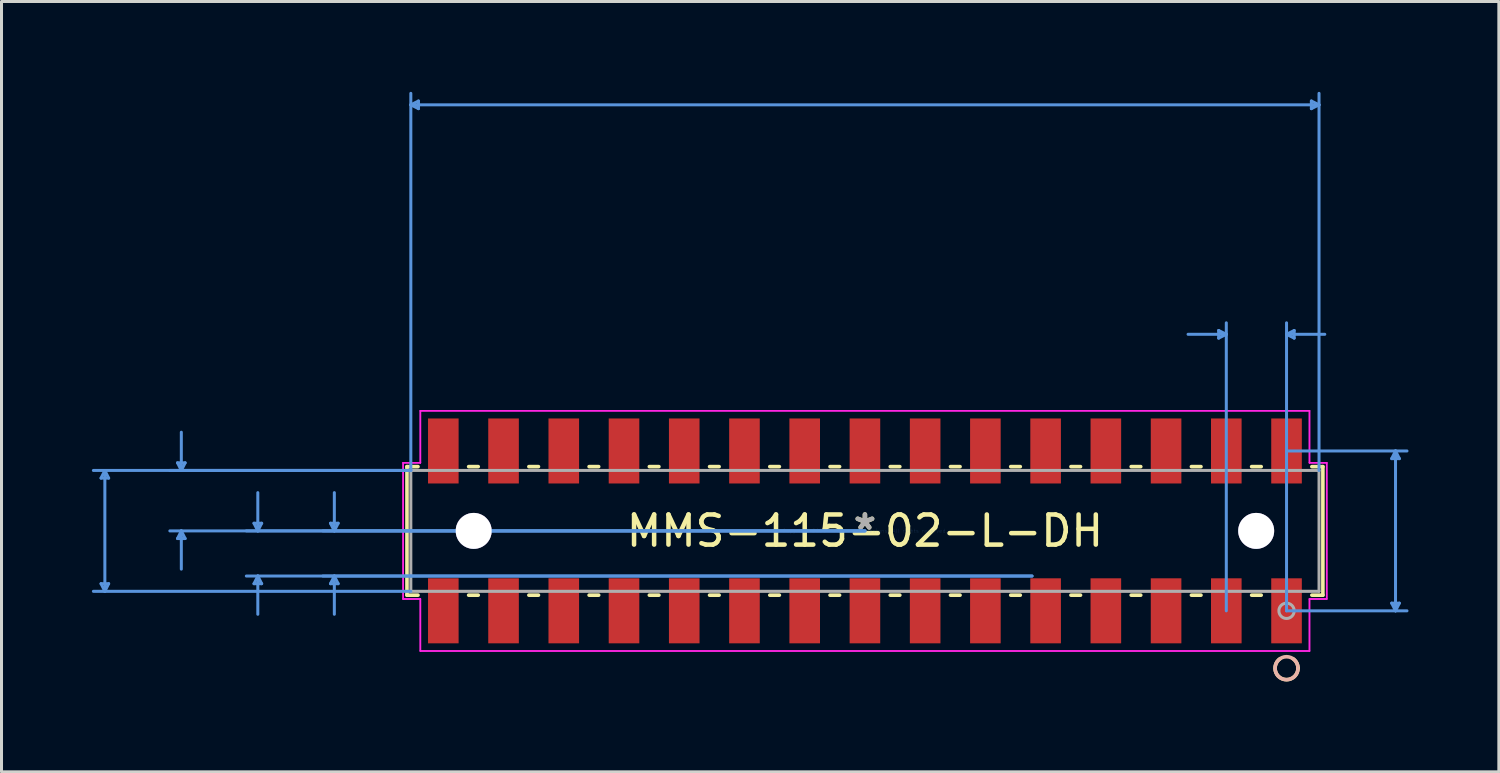
<source format=kicad_pcb>
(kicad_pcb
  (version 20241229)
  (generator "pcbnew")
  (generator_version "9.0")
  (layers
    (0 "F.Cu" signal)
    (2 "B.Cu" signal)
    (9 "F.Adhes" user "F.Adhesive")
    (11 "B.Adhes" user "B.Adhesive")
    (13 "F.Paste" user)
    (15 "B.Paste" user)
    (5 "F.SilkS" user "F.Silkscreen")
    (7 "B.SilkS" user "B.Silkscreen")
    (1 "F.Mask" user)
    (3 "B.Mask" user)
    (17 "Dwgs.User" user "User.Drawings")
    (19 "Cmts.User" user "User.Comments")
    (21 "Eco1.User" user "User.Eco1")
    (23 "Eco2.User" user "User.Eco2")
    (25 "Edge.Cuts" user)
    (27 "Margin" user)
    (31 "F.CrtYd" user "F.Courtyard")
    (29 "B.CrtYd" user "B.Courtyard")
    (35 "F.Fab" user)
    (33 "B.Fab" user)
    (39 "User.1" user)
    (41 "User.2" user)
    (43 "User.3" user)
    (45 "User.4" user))
  (footprint "MMS-115-02-L-DH"
    (layer "F.Cu")
    (at 25.671 14.579)
    (property "Reference" "MMS-115-02-L-DH" (at 0 0 0) (layer "F.SilkS") (effects (font (size 1 1) (thickness 0.15))))
    (attr through_hole)
    (fp_line (start -15.207 -2.134) (end -15.207 2.134) (stroke (width 0.12) (type solid)) (layer "F.SilkS"))
    (fp_line (start -15.207 2.134) (end -14.841 2.134) (stroke (width 0.12) (type solid)) (layer "F.SilkS"))
    (fp_line (start -14.841 -2.134) (end -15.207 -2.134) (stroke (width 0.12) (type solid)) (layer "F.SilkS"))
    (fp_line (start -13.159 2.134) (end -12.841 2.134) (stroke (width 0.12) (type solid)) (layer "F.SilkS"))
    (fp_line (start -12.841 -2.134) (end -13.159 -2.134) (stroke (width 0.12) (type solid)) (layer "F.SilkS"))
    (fp_line (start -11.159 2.134) (end -10.841 2.134) (stroke (width 0.12) (type solid)) (layer "F.SilkS"))
    (fp_line (start -10.841 -2.134) (end -11.159 -2.134) (stroke (width 0.12) (type solid)) (layer "F.SilkS"))
    (fp_line (start -9.159 2.134) (end -8.841 2.134) (stroke (width 0.12) (type solid)) (layer "F.SilkS"))
    (fp_line (start -8.841 -2.134) (end -9.159 -2.134) (stroke (width 0.12) (type solid)) (layer "F.SilkS"))
    (fp_line (start -7.159 2.134) (end -6.841 2.134) (stroke (width 0.12) (type solid)) (layer "F.SilkS"))
    (fp_line (start -6.841 -2.134) (end -7.159 -2.134) (stroke (width 0.12) (type solid)) (layer "F.SilkS"))
    (fp_line (start -5.159 2.134) (end -4.841 2.134) (stroke (width 0.12) (type solid)) (layer "F.SilkS"))
    (fp_line (start -4.841 -2.134) (end -5.159 -2.134) (stroke (width 0.12) (type solid)) (layer "F.SilkS"))
    (fp_line (start -3.159 2.134) (end -2.841 2.134) (stroke (width 0.12) (type solid)) (layer "F.SilkS"))
    (fp_line (start -2.841 -2.134) (end -3.159 -2.134) (stroke (width 0.12) (type solid)) (layer "F.SilkS"))
    (fp_line (start -1.159 2.134) (end -0.841 2.134) (stroke (width 0.12) (type solid)) (layer "F.SilkS"))
    (fp_line (start -0.841 -2.134) (end -1.159 -2.134) (stroke (width 0.12) (type solid)) (layer "F.SilkS"))
    (fp_line (start 0.841 2.134) (end 1.159 2.134) (stroke (width 0.12) (type solid)) (layer "F.SilkS"))
    (fp_line (start 1.159 -2.134) (end 0.841 -2.134) (stroke (width 0.12) (type solid)) (layer "F.SilkS"))
    (fp_line (start 2.841 2.134) (end 3.159 2.134) (stroke (width 0.12) (type solid)) (layer "F.SilkS"))
    (fp_line (start 3.159 -2.134) (end 2.841 -2.134) (stroke (width 0.12) (type solid)) (layer "F.SilkS"))
    (fp_line (start 4.841 2.134) (end 5.159 2.134) (stroke (width 0.12) (type solid)) (layer "F.SilkS"))
    (fp_line (start 5.159 -2.134) (end 4.841 -2.134) (stroke (width 0.12) (type solid)) (layer "F.SilkS"))
    (fp_line (start 6.841 2.134) (end 7.159 2.134) (stroke (width 0.12) (type solid)) (layer "F.SilkS"))
    (fp_line (start 7.159 -2.134) (end 6.841 -2.134) (stroke (width 0.12) (type solid)) (layer "F.SilkS"))
    (fp_line (start 8.841 2.134) (end 9.159 2.134) (stroke (width 0.12) (type solid)) (layer "F.SilkS"))
    (fp_line (start 9.159 -2.134) (end 8.841 -2.134) (stroke (width 0.12) (type solid)) (layer "F.SilkS"))
    (fp_line (start 10.841 2.134) (end 11.159 2.134) (stroke (width 0.12) (type solid)) (layer "F.SilkS"))
    (fp_line (start 11.159 -2.134) (end 10.841 -2.134) (stroke (width 0.12) (type solid)) (layer "F.SilkS"))
    (fp_line (start 12.841 2.134) (end 13.159 2.134) (stroke (width 0.12) (type solid)) (layer "F.SilkS"))
    (fp_line (start 13.159 -2.134) (end 12.841 -2.134) (stroke (width 0.12) (type solid)) (layer "F.SilkS"))
    (fp_line (start 14.841 2.134) (end 15.207 2.134) (stroke (width 0.12) (type solid)) (layer "F.SilkS"))
    (fp_line (start 15.207 -2.134) (end 14.841 -2.134) (stroke (width 0.12) (type solid)) (layer "F.SilkS"))
    (fp_line (start 15.207 2.134) (end 15.207 -2.134) (stroke (width 0.12) (type solid)) (layer "F.SilkS"))
    (fp_arc (start 14.214386 4.24434) (mid 14.336781 4.381143) (end 14.381 4.5593) (stroke (width 0.12) (type solid)) (layer "F.SilkS"))
    (fp_arc (start 14.381 4.5593) (mid 13.821843 4.89608) (end 13.785614 4.24434) (stroke (width 0.12) (type solid)) (layer "F.SilkS"))
    (fp_circle (center 14 4.559) (end 14.381 4.559) (stroke (width 0.12) (type solid)) (fill no) (layer "B.SilkS"))
    (fp_line (start -25.366 -1.753) (end -25.113 -1.753) (stroke (width 0.1) (type solid)) (layer "Cmts.User"))
    (fp_line (start -25.366 1.753) (end -25.113 1.753) (stroke (width 0.1) (type solid)) (layer "Cmts.User"))
    (fp_line (start -25.239 -2.007) (end -25.366 -1.753) (stroke (width 0.1) (type solid)) (layer "Cmts.User"))
    (fp_line (start -25.239 -2.007) (end -25.239 2.007) (stroke (width 0.1) (type solid)) (layer "Cmts.User"))
    (fp_line (start -25.239 -2.007) (end -25.113 -1.753) (stroke (width 0.1) (type solid)) (layer "Cmts.User"))
    (fp_line (start -25.239 2.007) (end -25.366 1.753) (stroke (width 0.1) (type solid)) (layer "Cmts.User"))
    (fp_line (start -25.239 2.007) (end -25.113 1.753) (stroke (width 0.1) (type solid)) (layer "Cmts.User"))
    (fp_line (start -22.826 -2.261) (end -22.573 -2.261) (stroke (width 0.1) (type solid)) (layer "Cmts.User"))
    (fp_line (start -22.826 0.254) (end -22.573 0.254) (stroke (width 0.1) (type solid)) (layer "Cmts.User"))
    (fp_line (start -22.7 -2.007) (end -22.826 -2.261) (stroke (width 0.1) (type solid)) (layer "Cmts.User"))
    (fp_line (start -22.7 -2.007) (end -22.7 -3.277) (stroke (width 0.1) (type solid)) (layer "Cmts.User"))
    (fp_line (start -22.7 -2.007) (end -22.573 -2.261) (stroke (width 0.1) (type solid)) (layer "Cmts.User"))
    (fp_line (start -22.7 0) (end -22.826 0.254) (stroke (width 0.1) (type solid)) (layer "Cmts.User"))
    (fp_line (start -22.7 0) (end -22.7 1.27) (stroke (width 0.1) (type solid)) (layer "Cmts.User"))
    (fp_line (start -22.7 0) (end -22.573 0.254) (stroke (width 0.1) (type solid)) (layer "Cmts.User"))
    (fp_line (start -20.287 -0.254) (end -20.032 -0.254) (stroke (width 0.1) (type solid)) (layer "Cmts.User"))
    (fp_line (start -20.287 1.753) (end -20.032 1.753) (stroke (width 0.1) (type solid)) (layer "Cmts.User"))
    (fp_line (start -20.16 0) (end -20.287 -0.254) (stroke (width 0.1) (type solid)) (layer "Cmts.User"))
    (fp_line (start -20.16 0) (end -20.16 -1.27) (stroke (width 0.1) (type solid)) (layer "Cmts.User"))
    (fp_line (start -20.16 0) (end -20.032 -0.254) (stroke (width 0.1) (type solid)) (layer "Cmts.User"))
    (fp_line (start -20.16 1.499) (end -20.287 1.753) (stroke (width 0.1) (type solid)) (layer "Cmts.User"))
    (fp_line (start -20.16 1.499) (end -20.16 2.769) (stroke (width 0.1) (type solid)) (layer "Cmts.User"))
    (fp_line (start -20.16 1.499) (end -20.032 1.753) (stroke (width 0.1) (type solid)) (layer "Cmts.User"))
    (fp_line (start -17.747 -0.254) (end -17.492 -0.254) (stroke (width 0.1) (type solid)) (layer "Cmts.User"))
    (fp_line (start -17.747 1.753) (end -17.492 1.753) (stroke (width 0.1) (type solid)) (layer "Cmts.User"))
    (fp_line (start -17.619 0) (end -17.747 -0.254) (stroke (width 0.1) (type solid)) (layer "Cmts.User"))
    (fp_line (start -17.619 0) (end -17.619 -1.27) (stroke (width 0.1) (type solid)) (layer "Cmts.User"))
    (fp_line (start -17.619 0) (end -17.492 -0.254) (stroke (width 0.1) (type solid)) (layer "Cmts.User"))
    (fp_line (start -17.619 1.499) (end -17.747 1.753) (stroke (width 0.1) (type solid)) (layer "Cmts.User"))
    (fp_line (start -17.619 1.499) (end -17.619 2.769) (stroke (width 0.1) (type solid)) (layer "Cmts.User"))
    (fp_line (start -17.619 1.499) (end -17.492 1.753) (stroke (width 0.1) (type solid)) (layer "Cmts.User"))
    (fp_line (start -15.079 -14.148) (end -14.825 -14.275) (stroke (width 0.1) (type solid)) (layer "Cmts.User"))
    (fp_line (start -15.079 -14.148) (end -14.825 -14.021) (stroke (width 0.1) (type solid)) (layer "Cmts.User"))
    (fp_line (start -15.079 -14.148) (end 15.079 -14.148) (stroke (width 0.1) (type solid)) (layer "Cmts.User"))
    (fp_line (start -15.079 -2.007) (end -25.62 -2.007) (stroke (width 0.1) (type solid)) (layer "Cmts.User"))
    (fp_line (start -15.079 -2.007) (end -23.081 -2.007) (stroke (width 0.1) (type solid)) (layer "Cmts.User"))
    (fp_line (start -15.079 -2.007) (end -15.079 -14.529) (stroke (width 0.1) (type solid)) (layer "Cmts.User"))
    (fp_line (start -15.079 2.007) (end -25.62 2.007) (stroke (width 0.1) (type solid)) (layer "Cmts.User"))
    (fp_line (start -14.825 -14.275) (end -14.825 -14.021) (stroke (width 0.1) (type solid)) (layer "Cmts.User"))
    (fp_line (start 0 0) (end -23.081 0) (stroke (width 0.1) (type solid)) (layer "Cmts.User"))
    (fp_line (start 0 0) (end -20.541 0) (stroke (width 0.1) (type solid)) (layer "Cmts.User"))
    (fp_line (start 0 0) (end -18 0) (stroke (width 0.1) (type solid)) (layer "Cmts.User"))
    (fp_line (start 5.55 1.499) (end -20.541 1.499) (stroke (width 0.1) (type solid)) (layer "Cmts.User"))
    (fp_line (start 5.55 1.499) (end -18 1.499) (stroke (width 0.1) (type solid)) (layer "Cmts.User"))
    (fp_line (start 11.746 -6.655) (end 11.746 -6.401) (stroke (width 0.1) (type solid)) (layer "Cmts.User"))
    (fp_line (start 12 -6.528) (end 10.73 -6.528) (stroke (width 0.1) (type solid)) (layer "Cmts.User"))
    (fp_line (start 12 -6.528) (end 11.746 -6.655) (stroke (width 0.1) (type solid)) (layer "Cmts.User"))
    (fp_line (start 12 -6.528) (end 11.746 -6.401) (stroke (width 0.1) (type solid)) (layer "Cmts.User"))
    (fp_line (start 12 2.654) (end 12 -6.909) (stroke (width 0.1) (type solid)) (layer "Cmts.User"))
    (fp_line (start 14 -6.528) (end 14.254 -6.655) (stroke (width 0.1) (type solid)) (layer "Cmts.User"))
    (fp_line (start 14 -6.528) (end 14.254 -6.401) (stroke (width 0.1) (type solid)) (layer "Cmts.User"))
    (fp_line (start 14 -6.528) (end 15.27 -6.528) (stroke (width 0.1) (type solid)) (layer "Cmts.User"))
    (fp_line (start 14 -2.654) (end 18 -2.654) (stroke (width 0.1) (type solid)) (layer "Cmts.User"))
    (fp_line (start 14 2.654) (end 14 -6.909) (stroke (width 0.1) (type solid)) (layer "Cmts.User"))
    (fp_line (start 14 2.654) (end 18 2.654) (stroke (width 0.1) (type solid)) (layer "Cmts.User"))
    (fp_line (start 14.254 -6.655) (end 14.254 -6.401) (stroke (width 0.1) (type solid)) (layer "Cmts.User"))
    (fp_line (start 14.825 -14.275) (end 14.825 -14.021) (stroke (width 0.1) (type solid)) (layer "Cmts.User"))
    (fp_line (start 15.079 -14.148) (end 14.825 -14.275) (stroke (width 0.1) (type solid)) (layer "Cmts.User"))
    (fp_line (start 15.079 -14.148) (end 14.825 -14.021) (stroke (width 0.1) (type solid)) (layer "Cmts.User"))
    (fp_line (start 15.079 -2.007) (end 15.079 -14.529) (stroke (width 0.1) (type solid)) (layer "Cmts.User"))
    (fp_line (start 17.492 -2.4) (end 17.747 -2.4) (stroke (width 0.1) (type solid)) (layer "Cmts.User"))
    (fp_line (start 17.492 2.4) (end 17.747 2.4) (stroke (width 0.1) (type solid)) (layer "Cmts.User"))
    (fp_line (start 17.619 -2.654) (end 17.492 -2.4) (stroke (width 0.1) (type solid)) (layer "Cmts.User"))
    (fp_line (start 17.619 -2.654) (end 17.619 2.654) (stroke (width 0.1) (type solid)) (layer "Cmts.User"))
    (fp_line (start 17.619 -2.654) (end 17.747 -2.4) (stroke (width 0.1) (type solid)) (layer "Cmts.User"))
    (fp_line (start 17.619 2.654) (end 17.492 2.4) (stroke (width 0.1) (type solid)) (layer "Cmts.User"))
    (fp_line (start 17.619 2.654) (end 17.747 2.4) (stroke (width 0.1) (type solid)) (layer "Cmts.User"))
    (fp_line (start -15.334 -2.261) (end -15.334 2.261) (stroke (width 0.05) (type solid)) (layer "F.CrtYd"))
    (fp_line (start -15.334 -2.261) (end -15.334 2.261) (stroke (width 0.05) (type solid)) (layer "F.CrtYd"))
    (fp_line (start -15.334 2.261) (end -14.762 2.261) (stroke (width 0.05) (type solid)) (layer "F.CrtYd"))
    (fp_line (start -15.334 2.261) (end -14.762 2.261) (stroke (width 0.05) (type solid)) (layer "F.CrtYd"))
    (fp_line (start -14.762 -3.988) (end -14.762 -2.261) (stroke (width 0.05) (type solid)) (layer "F.CrtYd"))
    (fp_line (start -14.762 -3.988) (end -14.762 -2.261) (stroke (width 0.05) (type solid)) (layer "F.CrtYd"))
    (fp_line (start -14.762 -2.261) (end -15.334 -2.261) (stroke (width 0.05) (type solid)) (layer "F.CrtYd"))
    (fp_line (start -14.762 -2.261) (end -15.334 -2.261) (stroke (width 0.05) (type solid)) (layer "F.CrtYd"))
    (fp_line (start -14.762 2.261) (end -14.762 3.988) (stroke (width 0.05) (type solid)) (layer "F.CrtYd"))
    (fp_line (start -14.762 2.261) (end -14.762 3.988) (stroke (width 0.05) (type solid)) (layer "F.CrtYd"))
    (fp_line (start -14.762 3.988) (end 14.762 3.988) (stroke (width 0.05) (type solid)) (layer "F.CrtYd"))
    (fp_line (start -14.762 3.988) (end 14.762 3.988) (stroke (width 0.05) (type solid)) (layer "F.CrtYd"))
    (fp_line (start 14.762 -3.988) (end -14.762 -3.988) (stroke (width 0.05) (type solid)) (layer "F.CrtYd"))
    (fp_line (start 14.762 -3.988) (end -14.762 -3.988) (stroke (width 0.05) (type solid)) (layer "F.CrtYd"))
    (fp_line (start 14.762 -2.261) (end 14.762 -3.988) (stroke (width 0.05) (type solid)) (layer "F.CrtYd"))
    (fp_line (start 14.762 -2.261) (end 14.762 -3.988) (stroke (width 0.05) (type solid)) (layer "F.CrtYd"))
    (fp_line (start 14.762 2.261) (end 15.334 2.261) (stroke (width 0.05) (type solid)) (layer "F.CrtYd"))
    (fp_line (start 14.762 2.261) (end 15.334 2.261) (stroke (width 0.05) (type solid)) (layer "F.CrtYd"))
    (fp_line (start 14.762 3.988) (end 14.762 2.261) (stroke (width 0.05) (type solid)) (layer "F.CrtYd"))
    (fp_line (start 14.762 3.988) (end 14.762 2.261) (stroke (width 0.05) (type solid)) (layer "F.CrtYd"))
    (fp_line (start 15.334 -2.261) (end 14.762 -2.261) (stroke (width 0.05) (type solid)) (layer "F.CrtYd"))
    (fp_line (start 15.334 -2.261) (end 14.762 -2.261) (stroke (width 0.05) (type solid)) (layer "F.CrtYd"))
    (fp_line (start 15.334 2.261) (end 15.334 -2.261) (stroke (width 0.05) (type solid)) (layer "F.CrtYd"))
    (fp_line (start 15.334 2.261) (end 15.334 -2.261) (stroke (width 0.05) (type solid)) (layer "F.CrtYd"))
    (fp_line (start -15.079 -2.007) (end -15.079 2.007) (stroke (width 0.1) (type solid)) (layer "F.Fab"))
    (fp_line (start -15.079 2.007) (end 15.079 2.007) (stroke (width 0.1) (type solid)) (layer "F.Fab"))
    (fp_line (start 15.079 -2.007) (end -15.079 -2.007) (stroke (width 0.1) (type solid)) (layer "F.Fab"))
    (fp_line (start 15.079 2.007) (end 15.079 -2.007) (stroke (width 0.1) (type solid)) (layer "F.Fab"))
    (fp_circle (center 14 2.654) (end 14.254 2.654) (stroke (width 0.1) (type solid)) (fill no) (layer "F.Fab"))
    (fp_text user "*" (at 0 0 0) (layer "F.SilkS") (effects (font (size 1 1) (thickness 0.15))))
    (fp_text user "Copyright 2021 Accelerated Designs. All rights reserved." (at 0 0 0) (layer "Cmts.User") (effects (font (size 0.127 0.127) (thickness 0.002))))
    (fp_text user "*" (at 0 0 0) (layer "F.Fab") (effects (font (size 1 1) (thickness 0.15))))
    (pad "1" smd rect (at 14 2.654 90) (size 2.159 1.016) (layers "F.Cu" "F.Mask" "F.Paste"))
    (pad "2" smd rect (at 14 -2.654 90) (size 2.159 1.016) (layers "F.Cu" "F.Mask" "F.Paste"))
    (pad "3" smd rect (at 12 2.654 90) (size 2.159 1.016) (layers "F.Cu" "F.Mask" "F.Paste"))
    (pad "4" smd rect (at 12 -2.654 90) (size 2.159 1.016) (layers "F.Cu" "F.Mask" "F.Paste"))
    (pad "5" smd rect (at 10 2.654 90) (size 2.159 1.016) (layers "F.Cu" "F.Mask" "F.Paste"))
    (pad "6" smd rect (at 10 -2.654 90) (size 2.159 1.016) (layers "F.Cu" "F.Mask" "F.Paste"))
    (pad "7" smd rect (at 8 2.654 90) (size 2.159 1.016) (layers "F.Cu" "F.Mask" "F.Paste"))
    (pad "8" smd rect (at 8 -2.654 90) (size 2.159 1.016) (layers "F.Cu" "F.Mask" "F.Paste"))
    (pad "9" smd rect (at 6 2.654 90) (size 2.159 1.016) (layers "F.Cu" "F.Mask" "F.Paste"))
    (pad "10" smd rect (at 6 -2.654 90) (size 2.159 1.016) (layers "F.Cu" "F.Mask" "F.Paste"))
    (pad "11" smd rect (at 4 2.654 90) (size 2.159 1.016) (layers "F.Cu" "F.Mask" "F.Paste"))
    (pad "12" smd rect (at 4 -2.654 90) (size 2.159 1.016) (layers "F.Cu" "F.Mask" "F.Paste"))
    (pad "13" smd rect (at 2 2.654 90) (size 2.159 1.016) (layers "F.Cu" "F.Mask" "F.Paste"))
    (pad "14" smd rect (at 2 -2.654 90) (size 2.159 1.016) (layers "F.Cu" "F.Mask" "F.Paste"))
    (pad "15" smd rect (at 0 2.654 90) (size 2.159 1.016) (layers "F.Cu" "F.Mask" "F.Paste"))
    (pad "16" smd rect (at 0 -2.654 90) (size 2.159 1.016) (layers "F.Cu" "F.Mask" "F.Paste"))
    (pad "17" smd rect (at -2 2.654 90) (size 2.159 1.016) (layers "F.Cu" "F.Mask" "F.Paste"))
    (pad "18" smd rect (at -2 -2.654 90) (size 2.159 1.016) (layers "F.Cu" "F.Mask" "F.Paste"))
    (pad "19" smd rect (at -4 2.654 90) (size 2.159 1.016) (layers "F.Cu" "F.Mask" "F.Paste"))
    (pad "20" smd rect (at -4 -2.654 90) (size 2.159 1.016) (layers "F.Cu" "F.Mask" "F.Paste"))
    (pad "21" smd rect (at -6 2.654 90) (size 2.159 1.016) (layers "F.Cu" "F.Mask" "F.Paste"))
    (pad "22" smd rect (at -6 -2.654 90) (size 2.159 1.016) (layers "F.Cu" "F.Mask" "F.Paste"))
    (pad "23" smd rect (at -8 2.654 90) (size 2.159 1.016) (layers "F.Cu" "F.Mask" "F.Paste"))
    (pad "24" smd rect (at -8 -2.654 90) (size 2.159 1.016) (layers "F.Cu" "F.Mask" "F.Paste"))
    (pad "25" smd rect (at -10 2.654 90) (size 2.159 1.016) (layers "F.Cu" "F.Mask" "F.Paste"))
    (pad "26" smd rect (at -10 -2.654 90) (size 2.159 1.016) (layers "F.Cu" "F.Mask" "F.Paste"))
    (pad "27" smd rect (at -12 2.654 90) (size 2.159 1.016) (layers "F.Cu" "F.Mask" "F.Paste"))
    (pad "28" smd rect (at -12 -2.654 90) (size 2.159 1.016) (layers "F.Cu" "F.Mask" "F.Paste"))
    (pad "29" smd rect (at -14 2.654 90) (size 2.159 1.016) (layers "F.Cu" "F.Mask" "F.Paste"))
    (pad "30" smd rect (at -14 -2.654 90) (size 2.159 1.016) (layers "F.Cu" "F.Mask" "F.Paste"))
    (pad "31" thru_hole circle (at -12.992 0) (size 1.194 1.194) (drill 1.194) (layers "*.Cu" "*.Mask"))
    (pad "32" thru_hole circle (at 12.992 0) (size 1.194 1.194) (drill 1.194) (layers "*.Cu" "*.Mask")))
  (gr_rect
    (start -3 -3)
    (end 46.721 22.579)
    (stroke (width 0.1) (type default))
    (fill no)
    (layer "Edge.Cuts")))
</source>
